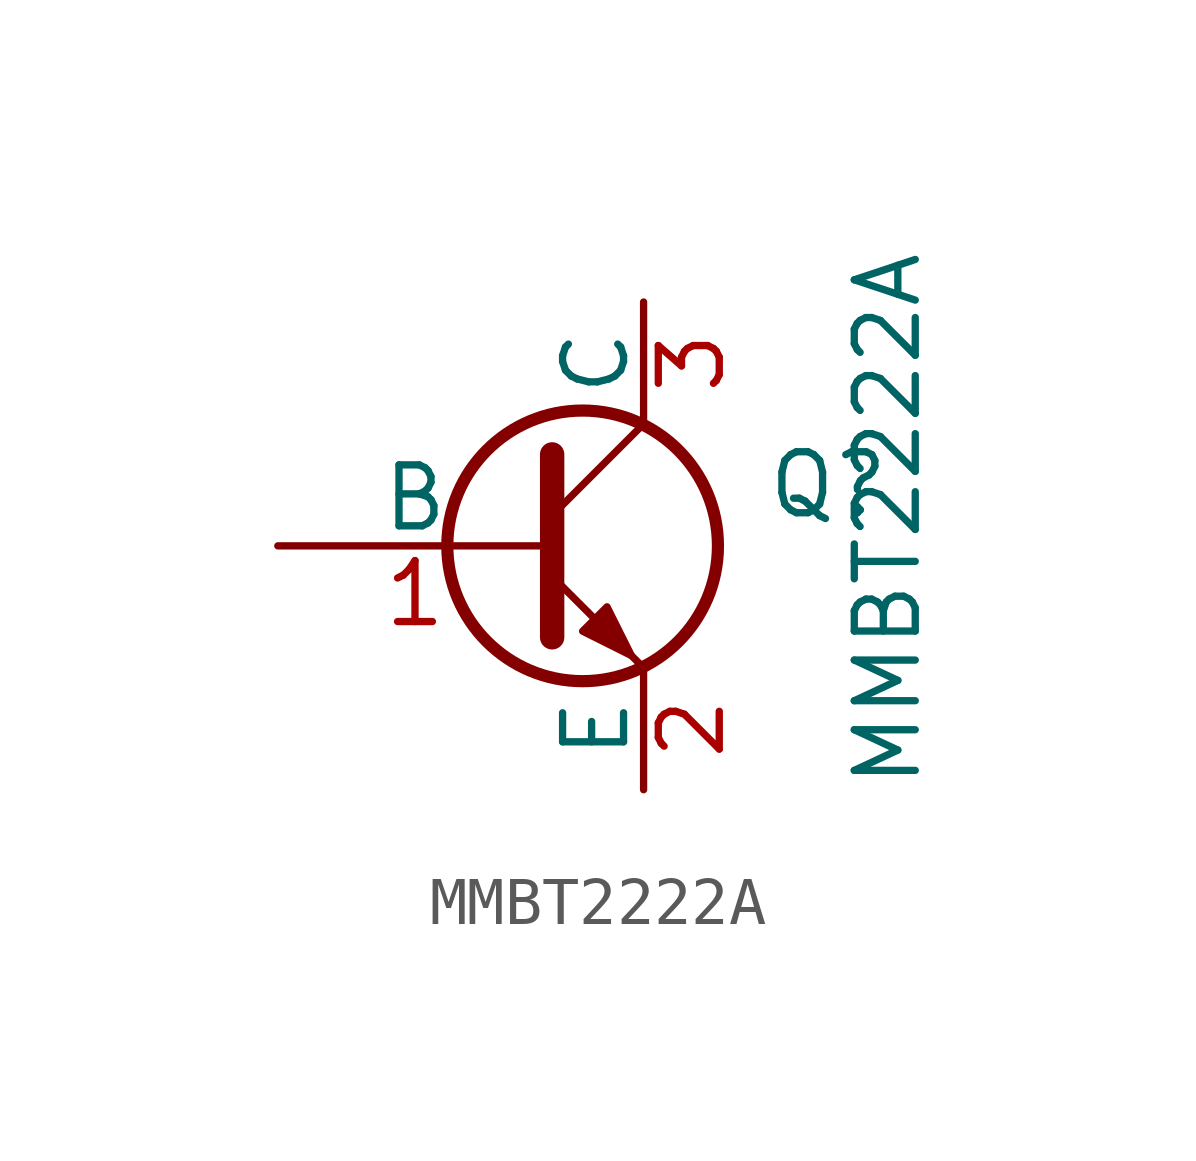
<source format=kicad_sym>
(kicad_symbol_lib
  (version 20220914)
  (generator kicad_symbol_editor)
  (symbol "MMBT2222A"
    (pin_names
      (offset 0))
    (property "Reference" "Q"
      (at 5.08 1.27 0)
      (effects (font (size 1.27 1.27)) (justify left)))
    (property "Value" "MMBT2222A"
      (at 7.62 -5.08 90)
      (effects (font (size 1.27 1.27)) (justify left)))
    (symbol "MMBT2222A_0_1"
      (polyline (pts (xy 0.635 0.635) (xy 2.54 2.54)) (stroke (width 0) (type default)) (fill (type none)))
      (polyline (pts (xy 0.635 -0.635) (xy 2.54 -2.54) (xy 2.54 -2.54)) (stroke (width 0) (type default)) (fill (type none)))
      (polyline (pts (xy 0.635 1.905) (xy 0.635 -1.905) (xy 0.635 -1.905)) (stroke (width 0.508) (type default)) (fill (type none)))
      (polyline (pts (xy 1.27 -1.778) (xy 1.778 -1.27) (xy 2.286 -2.286) (xy 1.27 -1.778) (xy 1.27 -1.778)) (stroke (width 0) (type default)) (fill (type outline)))
      (circle (center 1.27 0) (radius 2.819) (stroke (width 0.254) (type default)) (fill (type none))))
    (symbol "MMBT2222A_1_1"
      (pin input line (at -5.08 0 0) (length 5.715) (name "B" (effects (font (size 1.27 1.27)))) (number "1" (effects (font (size 1.27 1.27)))))
      (pin passive line (at 2.54 -5.08 90) (length 2.54) (name "E" (effects (font (size 1.27 1.27)))) (number "2" (effects (font (size 1.27 1.27)))))
      (pin passive line (at 2.54 5.08 270) (length 2.54) (name "C" (effects (font (size 1.27 1.27)))) (number "3" (effects (font (size 1.27 1.27))))))))
</source>
